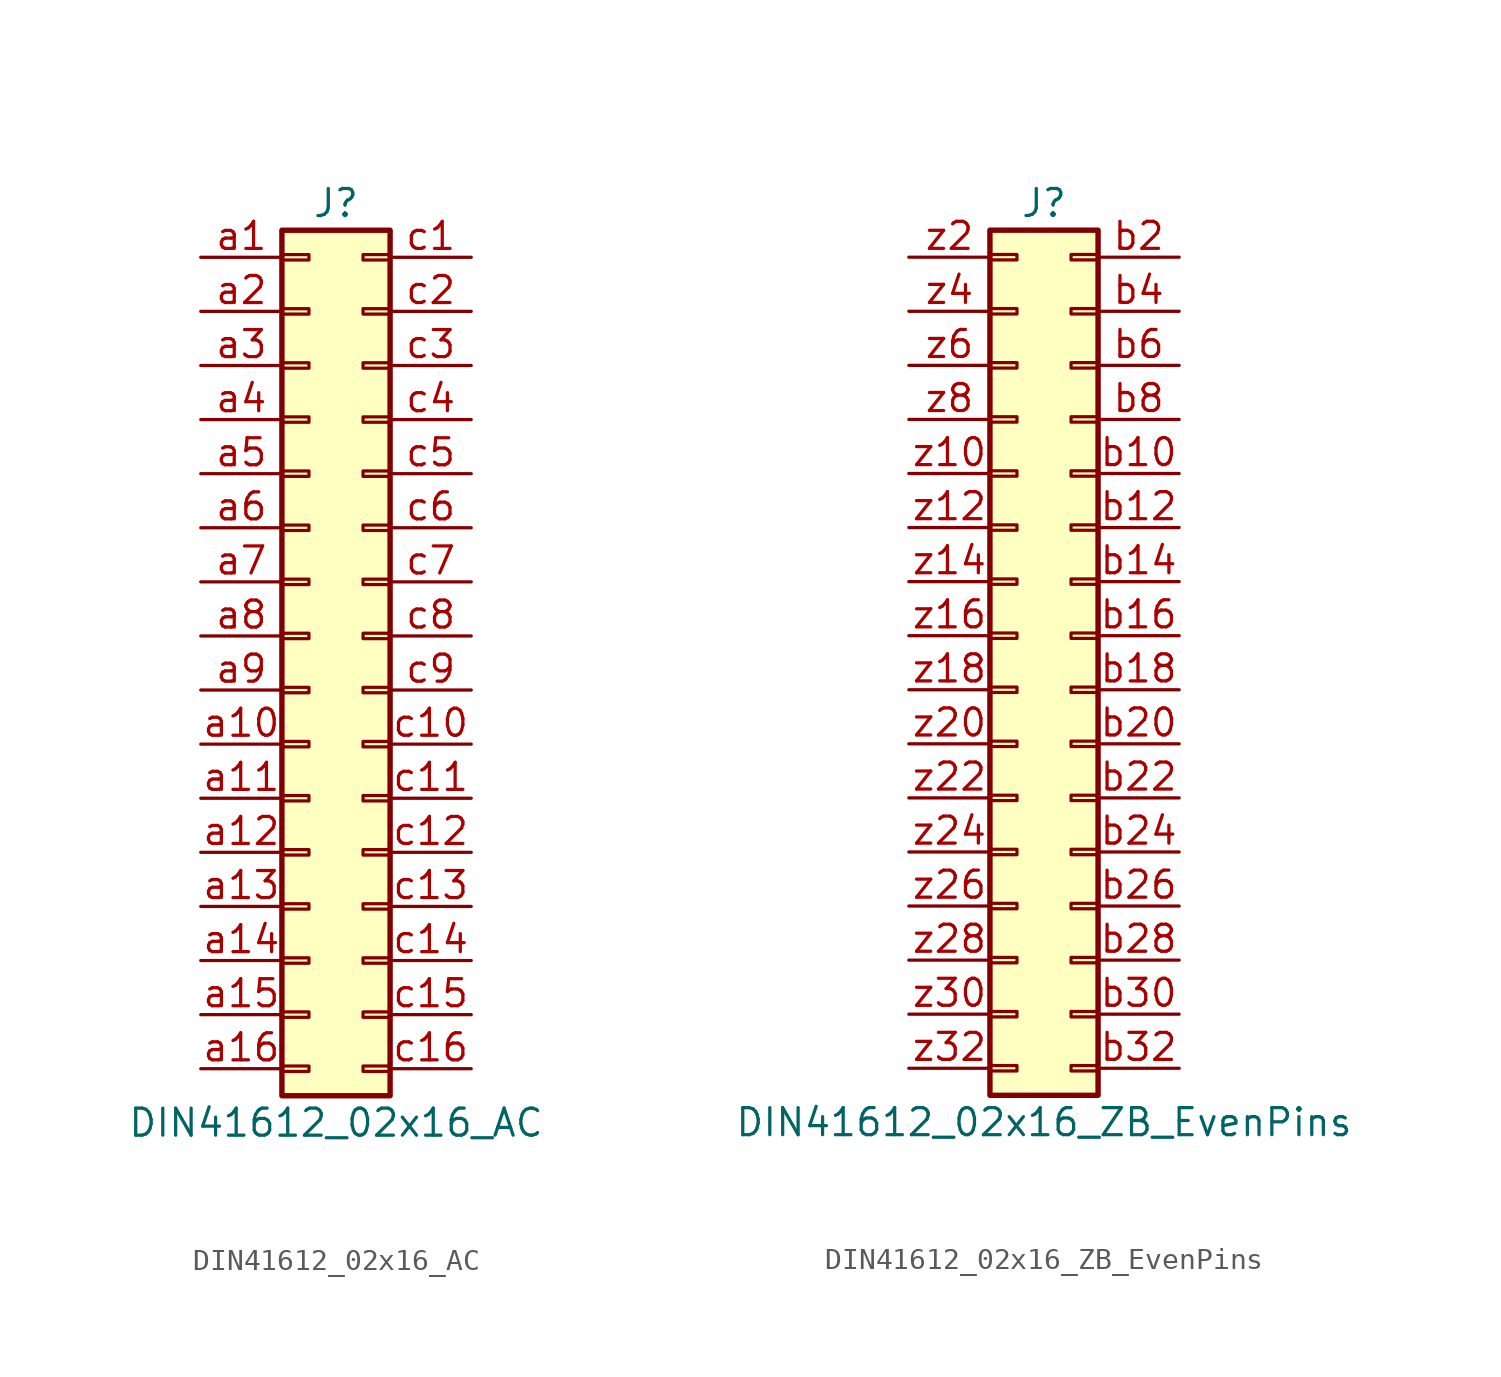
<source format=kicad_sym>
(kicad_symbol_lib
  (version 20211014)
  (generator kicad_symbol_editor)
  (symbol "DIN41612_02x16_AC"
    (pin_names
      (offset 1.016) hide)
    (property "Reference" "J"
      (at 1.27 20.32 0)
      (effects (font (size 1.27 1.27))))
    (property "Value" "DIN41612_02x16_AC"
      (at 1.27 -22.86 0)
      (effects (font (size 1.27 1.27))))
    (symbol "DIN41612_02x16_AC_1_1"
      (rectangle (start -1.27 -20.193) (end 0 -20.447) (stroke (width 0.152) (type default) (color 0 0 0 0)) (fill (type none)))
      (rectangle (start -1.27 -17.653) (end 0 -17.907) (stroke (width 0.152) (type default) (color 0 0 0 0)) (fill (type none)))
      (rectangle (start -1.27 -15.113) (end 0 -15.367) (stroke (width 0.152) (type default) (color 0 0 0 0)) (fill (type none)))
      (rectangle (start -1.27 -12.573) (end 0 -12.827) (stroke (width 0.152) (type default) (color 0 0 0 0)) (fill (type none)))
      (rectangle (start -1.27 -10.033) (end 0 -10.287) (stroke (width 0.152) (type default) (color 0 0 0 0)) (fill (type none)))
      (rectangle (start -1.27 -7.493) (end 0 -7.747) (stroke (width 0.152) (type default) (color 0 0 0 0)) (fill (type none)))
      (rectangle (start -1.27 -4.953) (end 0 -5.207) (stroke (width 0.152) (type default) (color 0 0 0 0)) (fill (type none)))
      (rectangle (start -1.27 -2.413) (end 0 -2.667) (stroke (width 0.152) (type default) (color 0 0 0 0)) (fill (type none)))
      (rectangle (start -1.27 0.127) (end 0 -0.127) (stroke (width 0.152) (type default) (color 0 0 0 0)) (fill (type none)))
      (rectangle (start -1.27 2.667) (end 0 2.413) (stroke (width 0.152) (type default) (color 0 0 0 0)) (fill (type none)))
      (rectangle (start -1.27 5.207) (end 0 4.953) (stroke (width 0.152) (type default) (color 0 0 0 0)) (fill (type none)))
      (rectangle (start -1.27 7.747) (end 0 7.493) (stroke (width 0.152) (type default) (color 0 0 0 0)) (fill (type none)))
      (rectangle (start -1.27 10.287) (end 0 10.033) (stroke (width 0.152) (type default) (color 0 0 0 0)) (fill (type none)))
      (rectangle (start -1.27 12.827) (end 0 12.573) (stroke (width 0.152) (type default) (color 0 0 0 0)) (fill (type none)))
      (rectangle (start -1.27 15.367) (end 0 15.113) (stroke (width 0.152) (type default) (color 0 0 0 0)) (fill (type none)))
      (rectangle (start -1.27 17.907) (end 0 17.653) (stroke (width 0.152) (type default) (color 0 0 0 0)) (fill (type none)))
      (rectangle (start -1.27 19.05) (end 3.81 -21.59) (stroke (width 0.254) (type default) (color 0 0 0 0)) (fill (type background)))
      (rectangle (start 3.81 -20.193) (end 2.54 -20.447) (stroke (width 0.152) (type default) (color 0 0 0 0)) (fill (type none)))
      (rectangle (start 3.81 -17.653) (end 2.54 -17.907) (stroke (width 0.152) (type default) (color 0 0 0 0)) (fill (type none)))
      (rectangle (start 3.81 -15.113) (end 2.54 -15.367) (stroke (width 0.152) (type default) (color 0 0 0 0)) (fill (type none)))
      (rectangle (start 3.81 -12.573) (end 2.54 -12.827) (stroke (width 0.152) (type default) (color 0 0 0 0)) (fill (type none)))
      (rectangle (start 3.81 -10.033) (end 2.54 -10.287) (stroke (width 0.152) (type default) (color 0 0 0 0)) (fill (type none)))
      (rectangle (start 3.81 -7.493) (end 2.54 -7.747) (stroke (width 0.152) (type default) (color 0 0 0 0)) (fill (type none)))
      (rectangle (start 3.81 -4.953) (end 2.54 -5.207) (stroke (width 0.152) (type default) (color 0 0 0 0)) (fill (type none)))
      (rectangle (start 3.81 -2.413) (end 2.54 -2.667) (stroke (width 0.152) (type default) (color 0 0 0 0)) (fill (type none)))
      (rectangle (start 3.81 0.127) (end 2.54 -0.127) (stroke (width 0.152) (type default) (color 0 0 0 0)) (fill (type none)))
      (rectangle (start 3.81 2.667) (end 2.54 2.413) (stroke (width 0.152) (type default) (color 0 0 0 0)) (fill (type none)))
      (rectangle (start 3.81 5.207) (end 2.54 4.953) (stroke (width 0.152) (type default) (color 0 0 0 0)) (fill (type none)))
      (rectangle (start 3.81 7.747) (end 2.54 7.493) (stroke (width 0.152) (type default) (color 0 0 0 0)) (fill (type none)))
      (rectangle (start 3.81 10.287) (end 2.54 10.033) (stroke (width 0.152) (type default) (color 0 0 0 0)) (fill (type none)))
      (rectangle (start 3.81 12.827) (end 2.54 12.573) (stroke (width 0.152) (type default) (color 0 0 0 0)) (fill (type none)))
      (rectangle (start 3.81 15.367) (end 2.54 15.113) (stroke (width 0.152) (type default) (color 0 0 0 0)) (fill (type none)))
      (rectangle (start 3.81 17.907) (end 2.54 17.653) (stroke (width 0.152) (type default) (color 0 0 0 0)) (fill (type none)))
      (pin passive line (at -5.08 17.78 0) (length 3.81) (name "Pin_a1" (effects (font (size 1.27 1.27)))) (number "a1" (effects (font (size 1.27 1.27)))))
      (pin passive line (at -5.08 -5.08 0) (length 3.81) (name "Pin_a10" (effects (font (size 1.27 1.27)))) (number "a10" (effects (font (size 1.27 1.27)))))
      (pin passive line (at -5.08 -7.62 0) (length 3.81) (name "Pin_a11" (effects (font (size 1.27 1.27)))) (number "a11" (effects (font (size 1.27 1.27)))))
      (pin passive line (at -5.08 -10.16 0) (length 3.81) (name "Pin_a12" (effects (font (size 1.27 1.27)))) (number "a12" (effects (font (size 1.27 1.27)))))
      (pin passive line (at -5.08 -12.7 0) (length 3.81) (name "Pin_a13" (effects (font (size 1.27 1.27)))) (number "a13" (effects (font (size 1.27 1.27)))))
      (pin passive line (at -5.08 -15.24 0) (length 3.81) (name "Pin_a14" (effects (font (size 1.27 1.27)))) (number "a14" (effects (font (size 1.27 1.27)))))
      (pin passive line (at -5.08 -17.78 0) (length 3.81) (name "Pin_a15" (effects (font (size 1.27 1.27)))) (number "a15" (effects (font (size 1.27 1.27)))))
      (pin passive line (at -5.08 -20.32 0) (length 3.81) (name "Pin_a16" (effects (font (size 1.27 1.27)))) (number "a16" (effects (font (size 1.27 1.27)))))
      (pin passive line (at -5.08 15.24 0) (length 3.81) (name "Pin_a2" (effects (font (size 1.27 1.27)))) (number "a2" (effects (font (size 1.27 1.27)))))
      (pin passive line (at -5.08 12.7 0) (length 3.81) (name "Pin_a3" (effects (font (size 1.27 1.27)))) (number "a3" (effects (font (size 1.27 1.27)))))
      (pin passive line (at -5.08 10.16 0) (length 3.81) (name "Pin_a4" (effects (font (size 1.27 1.27)))) (number "a4" (effects (font (size 1.27 1.27)))))
      (pin passive line (at -5.08 7.62 0) (length 3.81) (name "Pin_a5" (effects (font (size 1.27 1.27)))) (number "a5" (effects (font (size 1.27 1.27)))))
      (pin passive line (at -5.08 5.08 0) (length 3.81) (name "Pin_a6" (effects (font (size 1.27 1.27)))) (number "a6" (effects (font (size 1.27 1.27)))))
      (pin passive line (at -5.08 2.54 0) (length 3.81) (name "Pin_a7" (effects (font (size 1.27 1.27)))) (number "a7" (effects (font (size 1.27 1.27)))))
      (pin passive line (at -5.08 0 0) (length 3.81) (name "Pin_a8" (effects (font (size 1.27 1.27)))) (number "a8" (effects (font (size 1.27 1.27)))))
      (pin passive line (at -5.08 -2.54 0) (length 3.81) (name "Pin_a9" (effects (font (size 1.27 1.27)))) (number "a9" (effects (font (size 1.27 1.27)))))
      (pin passive line (at 7.62 17.78 180) (length 3.81) (name "Pin_c1" (effects (font (size 1.27 1.27)))) (number "c1" (effects (font (size 1.27 1.27)))))
      (pin passive line (at 7.62 -5.08 180) (length 3.81) (name "Pin_c10" (effects (font (size 1.27 1.27)))) (number "c10" (effects (font (size 1.27 1.27)))))
      (pin passive line (at 7.62 -7.62 180) (length 3.81) (name "Pin_c11" (effects (font (size 1.27 1.27)))) (number "c11" (effects (font (size 1.27 1.27)))))
      (pin passive line (at 7.62 -10.16 180) (length 3.81) (name "Pin_c12" (effects (font (size 1.27 1.27)))) (number "c12" (effects (font (size 1.27 1.27)))))
      (pin passive line (at 7.62 -12.7 180) (length 3.81) (name "Pin_c13" (effects (font (size 1.27 1.27)))) (number "c13" (effects (font (size 1.27 1.27)))))
      (pin passive line (at 7.62 -15.24 180) (length 3.81) (name "Pin_c14" (effects (font (size 1.27 1.27)))) (number "c14" (effects (font (size 1.27 1.27)))))
      (pin passive line (at 7.62 -17.78 180) (length 3.81) (name "Pin_c15" (effects (font (size 1.27 1.27)))) (number "c15" (effects (font (size 1.27 1.27)))))
      (pin passive line (at 7.62 -20.32 180) (length 3.81) (name "Pin_c16" (effects (font (size 1.27 1.27)))) (number "c16" (effects (font (size 1.27 1.27)))))
      (pin passive line (at 7.62 15.24 180) (length 3.81) (name "Pin_c2" (effects (font (size 1.27 1.27)))) (number "c2" (effects (font (size 1.27 1.27)))))
      (pin passive line (at 7.62 12.7 180) (length 3.81) (name "Pin_c3" (effects (font (size 1.27 1.27)))) (number "c3" (effects (font (size 1.27 1.27)))))
      (pin passive line (at 7.62 10.16 180) (length 3.81) (name "Pin_c4" (effects (font (size 1.27 1.27)))) (number "c4" (effects (font (size 1.27 1.27)))))
      (pin passive line (at 7.62 7.62 180) (length 3.81) (name "Pin_c5" (effects (font (size 1.27 1.27)))) (number "c5" (effects (font (size 1.27 1.27)))))
      (pin passive line (at 7.62 5.08 180) (length 3.81) (name "Pin_c6" (effects (font (size 1.27 1.27)))) (number "c6" (effects (font (size 1.27 1.27)))))
      (pin passive line (at 7.62 2.54 180) (length 3.81) (name "Pin_c7" (effects (font (size 1.27 1.27)))) (number "c7" (effects (font (size 1.27 1.27)))))
      (pin passive line (at 7.62 0 180) (length 3.81) (name "Pin_c8" (effects (font (size 1.27 1.27)))) (number "c8" (effects (font (size 1.27 1.27)))))
      (pin passive line (at 7.62 -2.54 180) (length 3.81) (name "Pin_c9" (effects (font (size 1.27 1.27)))) (number "c9" (effects (font (size 1.27 1.27)))))))
  (symbol "DIN41612_02x16_ZB_EvenPins"
    (pin_names
      (offset 1.016) hide)
    (property "Reference" "J"
      (at 1.27 20.32 0)
      (effects (font (size 1.27 1.27))))
    (property "Value" "DIN41612_02x16_ZB_EvenPins"
      (at 1.27 -22.86 0)
      (effects (font (size 1.27 1.27))))
    (symbol "DIN41612_02x16_ZB_EvenPins_1_1"
      (rectangle (start -1.27 -20.193) (end 0 -20.447) (stroke (width 0.152) (type default) (color 0 0 0 0)) (fill (type none)))
      (rectangle (start -1.27 -17.653) (end 0 -17.907) (stroke (width 0.152) (type default) (color 0 0 0 0)) (fill (type none)))
      (rectangle (start -1.27 -15.113) (end 0 -15.367) (stroke (width 0.152) (type default) (color 0 0 0 0)) (fill (type none)))
      (rectangle (start -1.27 -12.573) (end 0 -12.827) (stroke (width 0.152) (type default) (color 0 0 0 0)) (fill (type none)))
      (rectangle (start -1.27 -10.033) (end 0 -10.287) (stroke (width 0.152) (type default) (color 0 0 0 0)) (fill (type none)))
      (rectangle (start -1.27 -7.493) (end 0 -7.747) (stroke (width 0.152) (type default) (color 0 0 0 0)) (fill (type none)))
      (rectangle (start -1.27 -4.953) (end 0 -5.207) (stroke (width 0.152) (type default) (color 0 0 0 0)) (fill (type none)))
      (rectangle (start -1.27 -2.413) (end 0 -2.667) (stroke (width 0.152) (type default) (color 0 0 0 0)) (fill (type none)))
      (rectangle (start -1.27 0.127) (end 0 -0.127) (stroke (width 0.152) (type default) (color 0 0 0 0)) (fill (type none)))
      (rectangle (start -1.27 2.667) (end 0 2.413) (stroke (width 0.152) (type default) (color 0 0 0 0)) (fill (type none)))
      (rectangle (start -1.27 5.207) (end 0 4.953) (stroke (width 0.152) (type default) (color 0 0 0 0)) (fill (type none)))
      (rectangle (start -1.27 7.747) (end 0 7.493) (stroke (width 0.152) (type default) (color 0 0 0 0)) (fill (type none)))
      (rectangle (start -1.27 10.287) (end 0 10.033) (stroke (width 0.152) (type default) (color 0 0 0 0)) (fill (type none)))
      (rectangle (start -1.27 12.827) (end 0 12.573) (stroke (width 0.152) (type default) (color 0 0 0 0)) (fill (type none)))
      (rectangle (start -1.27 15.367) (end 0 15.113) (stroke (width 0.152) (type default) (color 0 0 0 0)) (fill (type none)))
      (rectangle (start -1.27 17.907) (end 0 17.653) (stroke (width 0.152) (type default) (color 0 0 0 0)) (fill (type none)))
      (rectangle (start -1.27 19.05) (end 3.81 -21.59) (stroke (width 0.254) (type default) (color 0 0 0 0)) (fill (type background)))
      (rectangle (start 3.81 -20.193) (end 2.54 -20.447) (stroke (width 0.152) (type default) (color 0 0 0 0)) (fill (type none)))
      (rectangle (start 3.81 -17.653) (end 2.54 -17.907) (stroke (width 0.152) (type default) (color 0 0 0 0)) (fill (type none)))
      (rectangle (start 3.81 -15.113) (end 2.54 -15.367) (stroke (width 0.152) (type default) (color 0 0 0 0)) (fill (type none)))
      (rectangle (start 3.81 -12.573) (end 2.54 -12.827) (stroke (width 0.152) (type default) (color 0 0 0 0)) (fill (type none)))
      (rectangle (start 3.81 -10.033) (end 2.54 -10.287) (stroke (width 0.152) (type default) (color 0 0 0 0)) (fill (type none)))
      (rectangle (start 3.81 -7.493) (end 2.54 -7.747) (stroke (width 0.152) (type default) (color 0 0 0 0)) (fill (type none)))
      (rectangle (start 3.81 -4.953) (end 2.54 -5.207) (stroke (width 0.152) (type default) (color 0 0 0 0)) (fill (type none)))
      (rectangle (start 3.81 -2.413) (end 2.54 -2.667) (stroke (width 0.152) (type default) (color 0 0 0 0)) (fill (type none)))
      (rectangle (start 3.81 0.127) (end 2.54 -0.127) (stroke (width 0.152) (type default) (color 0 0 0 0)) (fill (type none)))
      (rectangle (start 3.81 2.667) (end 2.54 2.413) (stroke (width 0.152) (type default) (color 0 0 0 0)) (fill (type none)))
      (rectangle (start 3.81 5.207) (end 2.54 4.953) (stroke (width 0.152) (type default) (color 0 0 0 0)) (fill (type none)))
      (rectangle (start 3.81 7.747) (end 2.54 7.493) (stroke (width 0.152) (type default) (color 0 0 0 0)) (fill (type none)))
      (rectangle (start 3.81 10.287) (end 2.54 10.033) (stroke (width 0.152) (type default) (color 0 0 0 0)) (fill (type none)))
      (rectangle (start 3.81 12.827) (end 2.54 12.573) (stroke (width 0.152) (type default) (color 0 0 0 0)) (fill (type none)))
      (rectangle (start 3.81 15.367) (end 2.54 15.113) (stroke (width 0.152) (type default) (color 0 0 0 0)) (fill (type none)))
      (rectangle (start 3.81 17.907) (end 2.54 17.653) (stroke (width 0.152) (type default) (color 0 0 0 0)) (fill (type none)))
      (pin passive line (at 7.62 7.62 180) (length 3.81) (name "Pin_b10" (effects (font (size 1.27 1.27)))) (number "b10" (effects (font (size 1.27 1.27)))))
      (pin passive line (at 7.62 5.08 180) (length 3.81) (name "Pin_b12" (effects (font (size 1.27 1.27)))) (number "b12" (effects (font (size 1.27 1.27)))))
      (pin passive line (at 7.62 2.54 180) (length 3.81) (name "Pin_b14" (effects (font (size 1.27 1.27)))) (number "b14" (effects (font (size 1.27 1.27)))))
      (pin passive line (at 7.62 0 180) (length 3.81) (name "Pin_b16" (effects (font (size 1.27 1.27)))) (number "b16" (effects (font (size 1.27 1.27)))))
      (pin passive line (at 7.62 -2.54 180) (length 3.81) (name "Pin_b18" (effects (font (size 1.27 1.27)))) (number "b18" (effects (font (size 1.27 1.27)))))
      (pin passive line (at 7.62 17.78 180) (length 3.81) (name "Pin_b2" (effects (font (size 1.27 1.27)))) (number "b2" (effects (font (size 1.27 1.27)))))
      (pin passive line (at 7.62 -5.08 180) (length 3.81) (name "Pin_b20" (effects (font (size 1.27 1.27)))) (number "b20" (effects (font (size 1.27 1.27)))))
      (pin passive line (at 7.62 -7.62 180) (length 3.81) (name "Pin_b22" (effects (font (size 1.27 1.27)))) (number "b22" (effects (font (size 1.27 1.27)))))
      (pin passive line (at 7.62 -10.16 180) (length 3.81) (name "Pin_b24" (effects (font (size 1.27 1.27)))) (number "b24" (effects (font (size 1.27 1.27)))))
      (pin passive line (at 7.62 -12.7 180) (length 3.81) (name "Pin_b26" (effects (font (size 1.27 1.27)))) (number "b26" (effects (font (size 1.27 1.27)))))
      (pin passive line (at 7.62 -15.24 180) (length 3.81) (name "Pin_b28" (effects (font (size 1.27 1.27)))) (number "b28" (effects (font (size 1.27 1.27)))))
      (pin passive line (at 7.62 -17.78 180) (length 3.81) (name "Pin_b30" (effects (font (size 1.27 1.27)))) (number "b30" (effects (font (size 1.27 1.27)))))
      (pin passive line (at 7.62 -20.32 180) (length 3.81) (name "Pin_b32" (effects (font (size 1.27 1.27)))) (number "b32" (effects (font (size 1.27 1.27)))))
      (pin passive line (at 7.62 15.24 180) (length 3.81) (name "Pin_b4" (effects (font (size 1.27 1.27)))) (number "b4" (effects (font (size 1.27 1.27)))))
      (pin passive line (at 7.62 12.7 180) (length 3.81) (name "Pin_b6" (effects (font (size 1.27 1.27)))) (number "b6" (effects (font (size 1.27 1.27)))))
      (pin passive line (at 7.62 10.16 180) (length 3.81) (name "Pin_b8" (effects (font (size 1.27 1.27)))) (number "b8" (effects (font (size 1.27 1.27)))))
      (pin passive line (at -5.08 7.62 0) (length 3.81) (name "Pin_z10" (effects (font (size 1.27 1.27)))) (number "z10" (effects (font (size 1.27 1.27)))))
      (pin passive line (at -5.08 5.08 0) (length 3.81) (name "Pin_z12" (effects (font (size 1.27 1.27)))) (number "z12" (effects (font (size 1.27 1.27)))))
      (pin passive line (at -5.08 2.54 0) (length 3.81) (name "Pin_z14" (effects (font (size 1.27 1.27)))) (number "z14" (effects (font (size 1.27 1.27)))))
      (pin passive line (at -5.08 0 0) (length 3.81) (name "Pin_z16" (effects (font (size 1.27 1.27)))) (number "z16" (effects (font (size 1.27 1.27)))))
      (pin passive line (at -5.08 -2.54 0) (length 3.81) (name "Pin_z18" (effects (font (size 1.27 1.27)))) (number "z18" (effects (font (size 1.27 1.27)))))
      (pin passive line (at -5.08 17.78 0) (length 3.81) (name "Pin_z2" (effects (font (size 1.27 1.27)))) (number "z2" (effects (font (size 1.27 1.27)))))
      (pin passive line (at -5.08 -5.08 0) (length 3.81) (name "Pin_z20" (effects (font (size 1.27 1.27)))) (number "z20" (effects (font (size 1.27 1.27)))))
      (pin passive line (at -5.08 -7.62 0) (length 3.81) (name "Pin_z22" (effects (font (size 1.27 1.27)))) (number "z22" (effects (font (size 1.27 1.27)))))
      (pin passive line (at -5.08 -10.16 0) (length 3.81) (name "Pin_z24" (effects (font (size 1.27 1.27)))) (number "z24" (effects (font (size 1.27 1.27)))))
      (pin passive line (at -5.08 -12.7 0) (length 3.81) (name "Pin_z26" (effects (font (size 1.27 1.27)))) (number "z26" (effects (font (size 1.27 1.27)))))
      (pin passive line (at -5.08 -15.24 0) (length 3.81) (name "Pin_z28" (effects (font (size 1.27 1.27)))) (number "z28" (effects (font (size 1.27 1.27)))))
      (pin passive line (at -5.08 -17.78 0) (length 3.81) (name "Pin_z30" (effects (font (size 1.27 1.27)))) (number "z30" (effects (font (size 1.27 1.27)))))
      (pin passive line (at -5.08 -20.32 0) (length 3.81) (name "Pin_z32" (effects (font (size 1.27 1.27)))) (number "z32" (effects (font (size 1.27 1.27)))))
      (pin passive line (at -5.08 15.24 0) (length 3.81) (name "Pin_z4" (effects (font (size 1.27 1.27)))) (number "z4" (effects (font (size 1.27 1.27)))))
      (pin passive line (at -5.08 12.7 0) (length 3.81) (name "Pin_z6" (effects (font (size 1.27 1.27)))) (number "z6" (effects (font (size 1.27 1.27)))))
      (pin passive line (at -5.08 10.16 0) (length 3.81) (name "Pin_z8" (effects (font (size 1.27 1.27)))) (number "z8" (effects (font (size 1.27 1.27))))))))
</source>
